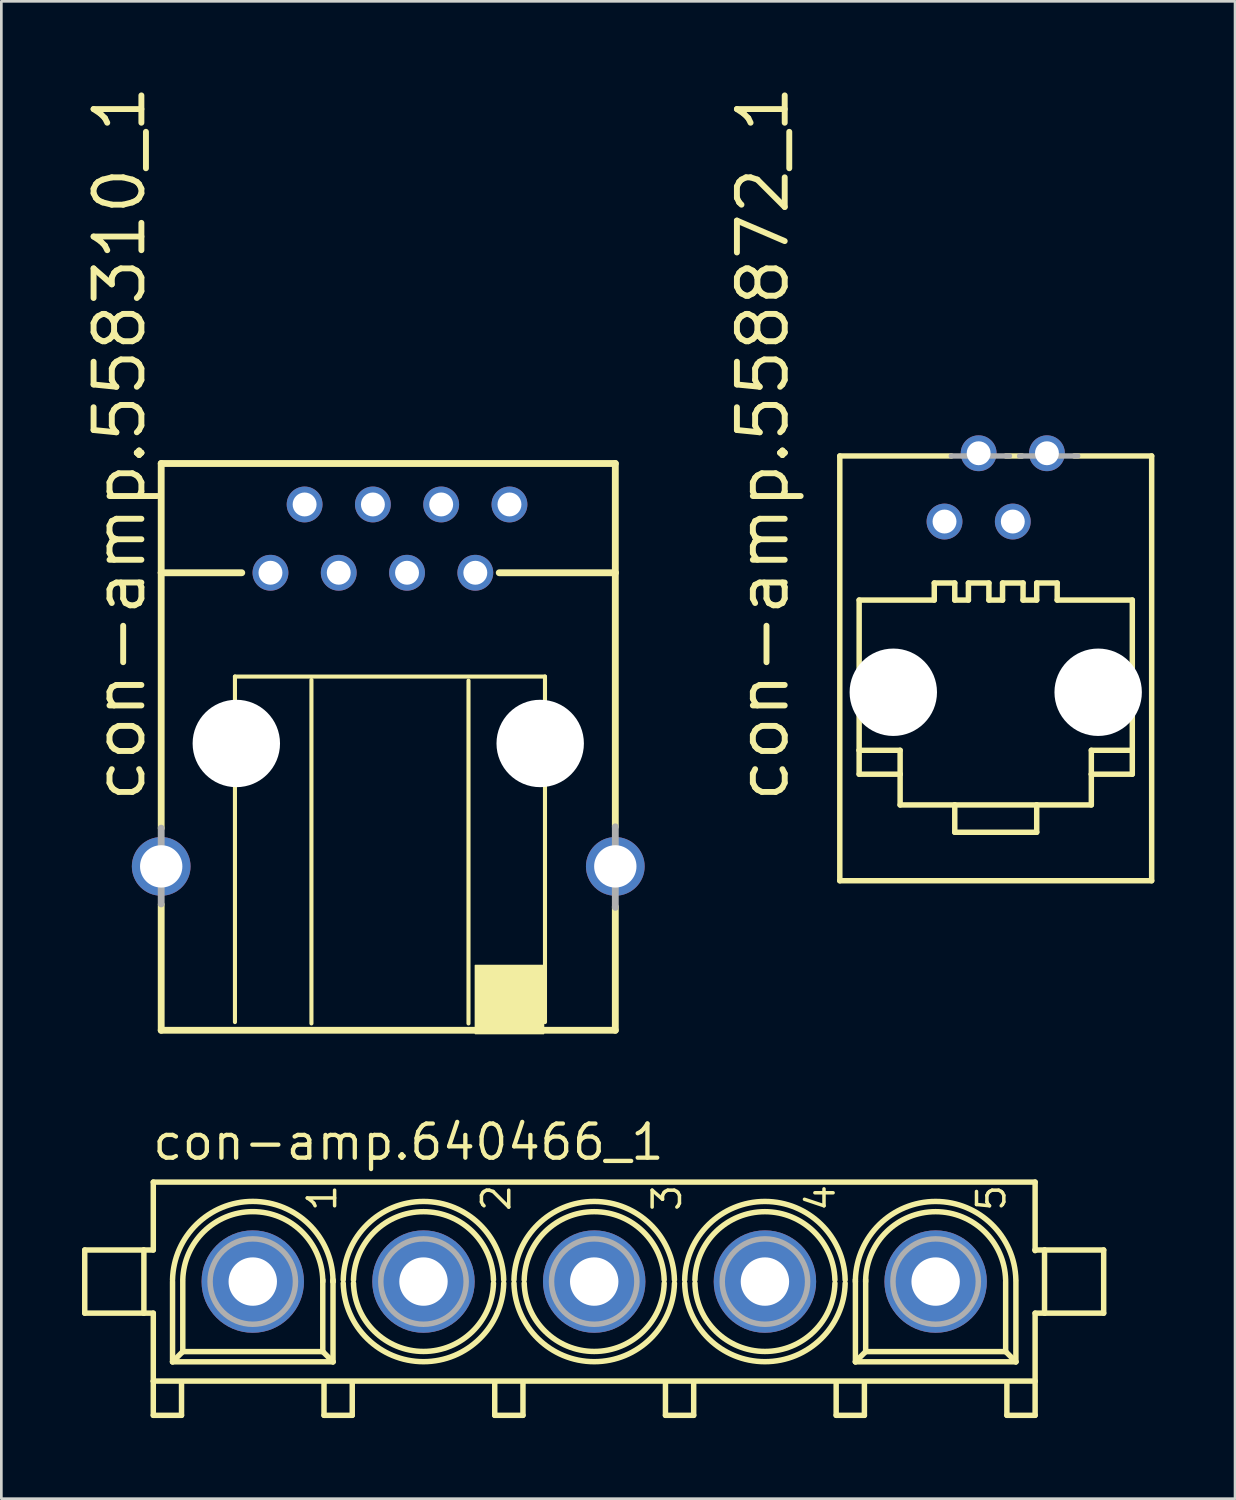
<source format=kicad_pcb>
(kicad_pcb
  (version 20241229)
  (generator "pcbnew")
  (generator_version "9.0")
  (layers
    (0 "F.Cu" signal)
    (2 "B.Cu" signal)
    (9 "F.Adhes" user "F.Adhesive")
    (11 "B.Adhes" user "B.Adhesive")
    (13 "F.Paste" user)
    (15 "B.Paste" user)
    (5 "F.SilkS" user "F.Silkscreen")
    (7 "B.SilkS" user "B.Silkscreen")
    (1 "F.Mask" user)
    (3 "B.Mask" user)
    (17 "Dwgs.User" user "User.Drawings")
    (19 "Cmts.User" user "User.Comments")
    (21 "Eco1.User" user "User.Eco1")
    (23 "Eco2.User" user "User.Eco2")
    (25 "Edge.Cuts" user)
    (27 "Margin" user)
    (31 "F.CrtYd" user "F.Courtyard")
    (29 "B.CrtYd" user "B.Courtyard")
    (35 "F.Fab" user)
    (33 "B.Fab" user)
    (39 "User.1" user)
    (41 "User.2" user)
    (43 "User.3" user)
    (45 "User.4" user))
  (footprint "con-amp.558310_1"
    (layer "F.Cu")
    (at 11.455 24.604)
    (property "Reference" "con-amp.558310_1" (at -9.017 2.286 90) (layer "F.SilkS") (effects (font (size 1.778 1.778) (thickness 0.22)) (justify left bottom)))
    (attr through_hole)
    (fp_line (start -8.509 -10.414) (end -8.509 -6.35) (stroke (width 0.254) (type default)) (layer "F.SilkS"))
    (fp_line (start -8.509 -6.35) (end -8.509 3.15) (stroke (width 0.254) (type default)) (layer "F.SilkS"))
    (fp_line (start -8.509 5.994) (end -8.509 10.668) (stroke (width 0.254) (type default)) (layer "F.SilkS"))
    (fp_line (start -8.509 10.668) (end 8.382 10.668) (stroke (width 0.254) (type default)) (layer "F.SilkS"))
    (fp_line (start -5.766 -2.489) (end -5.766 10.363) (stroke (width 0.152) (type default)) (layer "F.SilkS"))
    (fp_line (start -5.512 -6.35) (end -8.509 -6.35) (stroke (width 0.254) (type default)) (layer "F.SilkS"))
    (fp_line (start -2.921 10.414) (end -2.921 -2.362) (stroke (width 0.152) (type default)) (layer "F.SilkS"))
    (fp_line (start 2.921 -2.337) (end 2.921 10.414) (stroke (width 0.152) (type default)) (layer "F.SilkS"))
    (fp_line (start 4.064 -6.35) (end 8.382 -6.35) (stroke (width 0.254) (type default)) (layer "F.SilkS"))
    (fp_line (start 5.766 -2.489) (end -5.766 -2.489) (stroke (width 0.152) (type default)) (layer "F.SilkS"))
    (fp_line (start 5.766 10.363) (end 5.766 -2.489) (stroke (width 0.152) (type default)) (layer "F.SilkS"))
    (fp_line (start 8.382 -10.414) (end -8.509 -10.414) (stroke (width 0.254) (type default)) (layer "F.SilkS"))
    (fp_line (start 8.382 -6.35) (end 8.382 -10.414) (stroke (width 0.254) (type default)) (layer "F.SilkS"))
    (fp_line (start 8.382 3.099) (end 8.382 -6.35) (stroke (width 0.254) (type default)) (layer "F.SilkS"))
    (fp_line (start 8.382 10.668) (end 8.382 6.071) (stroke (width 0.254) (type default)) (layer "F.SilkS"))
    (fp_rect (start 3.175 10.795) (end 5.715 8.255) (stroke (width 0.05) (type default)) (fill yes) (layer "F.SilkS"))
    (fp_line (start -8.509 3.15) (end -8.509 5.969) (stroke (width 0.254) (type default)) (layer "F.Fab"))
    (fp_line (start 8.382 6.096) (end 8.382 3.099) (stroke (width 0.254) (type default)) (layer "F.Fab"))
    (pad "" np_thru_hole circle (at -5.715 0) (size 3.251 3.251) (drill 3.251) (layers "*.Cu" "*.Mask"))
    (pad "" np_thru_hole circle (at 5.588 0) (size 3.251 3.251) (drill 3.251) (layers "*.Cu" "*.Mask"))
    (pad "1" thru_hole circle (at -4.445 -6.35) (size 1.333 1.333) (drill 0.889) (layers "*.Cu" "*.Mask"))
    (pad "2" thru_hole circle (at -3.175 -8.89) (size 1.333 1.333) (drill 0.889) (layers "*.Cu" "*.Mask"))
    (pad "3" thru_hole circle (at -1.905 -6.35) (size 1.333 1.333) (drill 0.889) (layers "*.Cu" "*.Mask"))
    (pad "4" thru_hole circle (at -0.635 -8.89) (size 1.333 1.333) (drill 0.889) (layers "*.Cu" "*.Mask"))
    (pad "5" thru_hole circle (at 0.635 -6.35) (size 1.333 1.333) (drill 0.889) (layers "*.Cu" "*.Mask"))
    (pad "6" thru_hole circle (at 1.905 -8.89) (size 1.333 1.333) (drill 0.889) (layers "*.Cu" "*.Mask"))
    (pad "7" thru_hole circle (at 3.175 -6.35) (size 1.333 1.333) (drill 0.889) (layers "*.Cu" "*.Mask"))
    (pad "8" thru_hole circle (at 4.445 -8.89) (size 1.333 1.333) (drill 0.889) (layers "*.Cu" "*.Mask"))
    (pad "G1" thru_hole circle (at -8.509 4.572) (size 2.184 2.184) (drill 1.575) (layers "*.Cu" "*.Mask"))
    (pad "G2" thru_hole circle (at 8.382 4.572) (size 2.184 2.184) (drill 1.575) (layers "*.Cu" "*.Mask")))
  (footprint "con-amp.640466_1"
    (layer "F.Cu")
    (at 19.052 44.619)
    (property "Reference" "con-amp.640466_1" (at -16.51 -4.445 0) (layer "F.SilkS") (effects (font (size 1.27 1.27) (thickness 0.16)) (justify left bottom)))
    (attr through_hole)
    (fp_line (start -18.95 -1.175) (end -18.95 1.175) (stroke (width 0.203) (type default)) (layer "F.SilkS"))
    (fp_line (start -18.95 1.175) (end -16.775 1.175) (stroke (width 0.203) (type default)) (layer "F.SilkS"))
    (fp_line (start -16.775 -1.175) (end -18.95 -1.175) (stroke (width 0.203) (type default)) (layer "F.SilkS"))
    (fp_line (start -16.75 -1.175) (end -16.4 -1.175) (stroke (width 0.203) (type default)) (layer "F.SilkS"))
    (fp_line (start -16.75 1.175) (end -16.75 -1.175) (stroke (width 0.203) (type default)) (layer "F.SilkS"))
    (fp_line (start -16.4 -3.7) (end 16.4 -3.7) (stroke (width 0.203) (type default)) (layer "F.SilkS"))
    (fp_line (start -16.4 -1.175) (end -16.4 -3.7) (stroke (width 0.203) (type default)) (layer "F.SilkS"))
    (fp_line (start -16.4 1.175) (end -16.75 1.175) (stroke (width 0.203) (type default)) (layer "F.SilkS"))
    (fp_line (start -16.4 3.7) (end -16.4 1.175) (stroke (width 0.203) (type default)) (layer "F.SilkS"))
    (fp_line (start -16.4 3.725) (end -16.4 4.975) (stroke (width 0.203) (type default)) (layer "F.SilkS"))
    (fp_line (start -16.4 4.975) (end -15.35 4.975) (stroke (width 0.203) (type default)) (layer "F.SilkS"))
    (fp_line (start -15.684 2.985) (end -15.684 0) (stroke (width 0.203) (type default)) (layer "F.SilkS"))
    (fp_line (start -15.35 4.975) (end -15.35 3.8) (stroke (width 0.203) (type default)) (layer "F.SilkS"))
    (fp_line (start -15.303 2.604) (end -15.684 2.985) (stroke (width 0.203) (type default)) (layer "F.SilkS"))
    (fp_line (start -15.303 2.604) (end -15.303 0) (stroke (width 0.203) (type default)) (layer "F.SilkS"))
    (fp_line (start -10.097 -0.064) (end -10.097 0) (stroke (width 0.203) (type default)) (layer "F.SilkS"))
    (fp_line (start -10.096 0) (end -10.096 2.604) (stroke (width 0.203) (type default)) (layer "F.SilkS"))
    (fp_line (start -10.096 2.604) (end -15.303 2.604) (stroke (width 0.203) (type default)) (layer "F.SilkS"))
    (fp_line (start -10.096 2.604) (end -9.715 2.985) (stroke (width 0.203) (type default)) (layer "F.SilkS"))
    (fp_line (start -10.05 4.975) (end -10.05 3.775) (stroke (width 0.203) (type default)) (layer "F.SilkS"))
    (fp_line (start -9.716 -0.064) (end -9.716 0) (stroke (width 0.203) (type default)) (layer "F.SilkS"))
    (fp_line (start -9.715 0) (end -9.716 0) (stroke (width 0.203) (type default)) (layer "F.SilkS"))
    (fp_line (start -9.715 0) (end -9.715 2.985) (stroke (width 0.203) (type default)) (layer "F.SilkS"))
    (fp_line (start -9.715 2.985) (end -15.684 2.985) (stroke (width 0.203) (type default)) (layer "F.SilkS"))
    (fp_line (start -9 3.775) (end -9 4.975) (stroke (width 0.203) (type default)) (layer "F.SilkS"))
    (fp_line (start -9 4.975) (end -10.05 4.975) (stroke (width 0.203) (type default)) (layer "F.SilkS"))
    (fp_line (start -3.7 4.975) (end -3.7 3.775) (stroke (width 0.203) (type default)) (layer "F.SilkS"))
    (fp_line (start -2.65 3.775) (end -2.65 4.975) (stroke (width 0.203) (type default)) (layer "F.SilkS"))
    (fp_line (start -2.65 4.975) (end -3.7 4.975) (stroke (width 0.203) (type default)) (layer "F.SilkS"))
    (fp_line (start 2.65 4.975) (end 2.65 3.775) (stroke (width 0.203) (type default)) (layer "F.SilkS"))
    (fp_line (start 3.7 3.775) (end 3.7 4.975) (stroke (width 0.203) (type default)) (layer "F.SilkS"))
    (fp_line (start 3.7 4.975) (end 2.65 4.975) (stroke (width 0.203) (type default)) (layer "F.SilkS"))
    (fp_line (start 9 4.975) (end 9 3.775) (stroke (width 0.203) (type default)) (layer "F.SilkS"))
    (fp_line (start 9.715 0) (end 9.715 -0.064) (stroke (width 0.203) (type default)) (layer "F.SilkS"))
    (fp_line (start 9.716 2.985) (end 9.716 0) (stroke (width 0.203) (type default)) (layer "F.SilkS"))
    (fp_line (start 10.05 3.775) (end 10.05 4.975) (stroke (width 0.203) (type default)) (layer "F.SilkS"))
    (fp_line (start 10.05 4.975) (end 9 4.975) (stroke (width 0.203) (type default)) (layer "F.SilkS"))
    (fp_line (start 10.096 0) (end 10.096 -0.064) (stroke (width 0.203) (type default)) (layer "F.SilkS"))
    (fp_line (start 10.097 2.604) (end 9.716 2.985) (stroke (width 0.203) (type default)) (layer "F.SilkS"))
    (fp_line (start 10.097 2.604) (end 10.097 0) (stroke (width 0.203) (type default)) (layer "F.SilkS"))
    (fp_line (start 15.304 0) (end 15.304 2.604) (stroke (width 0.203) (type default)) (layer "F.SilkS"))
    (fp_line (start 15.304 2.604) (end 10.097 2.604) (stroke (width 0.203) (type default)) (layer "F.SilkS"))
    (fp_line (start 15.304 2.604) (end 15.685 2.985) (stroke (width 0.203) (type default)) (layer "F.SilkS"))
    (fp_line (start 15.35 4.975) (end 15.35 3.825) (stroke (width 0.203) (type default)) (layer "F.SilkS"))
    (fp_line (start 15.685 0) (end 15.685 2.985) (stroke (width 0.203) (type default)) (layer "F.SilkS"))
    (fp_line (start 15.685 2.985) (end 9.716 2.985) (stroke (width 0.203) (type default)) (layer "F.SilkS"))
    (fp_line (start 16.4 -3.7) (end 16.4 -1.175) (stroke (width 0.203) (type default)) (layer "F.SilkS"))
    (fp_line (start 16.4 -1.175) (end 16.4 -1.15) (stroke (width 0.203) (type default)) (layer "F.SilkS"))
    (fp_line (start 16.4 -1.175) (end 16.75 -1.175) (stroke (width 0.203) (type default)) (layer "F.SilkS"))
    (fp_line (start 16.4 1.175) (end 16.4 3.7) (stroke (width 0.203) (type default)) (layer "F.SilkS"))
    (fp_line (start 16.4 3.7) (end -16.4 3.7) (stroke (width 0.203) (type default)) (layer "F.SilkS"))
    (fp_line (start 16.4 3.75) (end 16.4 4.975) (stroke (width 0.203) (type default)) (layer "F.SilkS"))
    (fp_line (start 16.4 4.975) (end 15.35 4.975) (stroke (width 0.203) (type default)) (layer "F.SilkS"))
    (fp_line (start 16.75 -1.175) (end 16.75 1.175) (stroke (width 0.203) (type default)) (layer "F.SilkS"))
    (fp_line (start 16.75 1.175) (end 16.4 1.175) (stroke (width 0.203) (type default)) (layer "F.SilkS"))
    (fp_line (start 16.775 -1.175) (end 18.95 -1.175) (stroke (width 0.203) (type default)) (layer "F.SilkS"))
    (fp_line (start 18.95 -1.175) (end 18.95 1.175) (stroke (width 0.203) (type default)) (layer "F.SilkS"))
    (fp_line (start 18.95 1.175) (end 16.775 1.175) (stroke (width 0.203) (type default)) (layer "F.SilkS"))
    (fp_arc (start -15.6846 -0.0636) (mid -12.70015 -2.979945) (end -9.7157 -0.0636) (stroke (width 0.2032) (type default)) (layer "F.SilkS"))
    (fp_arc (start -15.3036 -0.0636) (mid -12.70015 -2.601886) (end -10.0967 -0.0636) (stroke (width 0.2032) (type default)) (layer "F.SilkS"))
    (fp_arc (start -9.3347 -0.0636) (mid -6.3502 -2.980093) (end -3.3657 -0.0636) (stroke (width 0.2032) (type default)) (layer "F.SilkS"))
    (fp_arc (start -8.9537 -0.0636) (mid -6.3502 -2.600085) (end -3.7467 -0.0636) (stroke (width 0.2032) (type default)) (layer "F.SilkS"))
    (fp_arc (start -3.7463 0.0636) (mid -6.3498 2.600085) (end -8.9533 0.0636) (stroke (width 0.2032) (type default)) (layer "F.SilkS"))
    (fp_arc (start -3.3653 0.0636) (mid -6.3498 2.980093) (end -9.3343 0.0636) (stroke (width 0.2032) (type default)) (layer "F.SilkS"))
    (fp_arc (start -2.9847 -0.0636) (mid -0.0002 -2.980093) (end 2.9843 -0.0636) (stroke (width 0.2032) (type default)) (layer "F.SilkS"))
    (fp_arc (start -2.6037 -0.0636) (mid -0.0002 -2.600085) (end 2.6033 -0.0636) (stroke (width 0.2032) (type default)) (layer "F.SilkS"))
    (fp_arc (start 2.6037 0.0636) (mid 0.0002 2.600085) (end -2.6033 0.0636) (stroke (width 0.2032) (type default)) (layer "F.SilkS"))
    (fp_arc (start 2.9847 0.0636) (mid 0.0002 2.980093) (end -2.9843 0.0636) (stroke (width 0.2032) (type default)) (layer "F.SilkS"))
    (fp_arc (start 3.3653 -0.0636) (mid 6.3498 -2.980093) (end 9.3343 -0.0636) (stroke (width 0.2032) (type default)) (layer "F.SilkS"))
    (fp_arc (start 3.7463 -0.0636) (mid 6.3498 -2.600085) (end 8.9533 -0.0636) (stroke (width 0.2032) (type default)) (layer "F.SilkS"))
    (fp_arc (start 8.9537 0.0636) (mid 6.3502 2.600085) (end 3.7467 0.0636) (stroke (width 0.2032) (type default)) (layer "F.SilkS"))
    (fp_arc (start 9.3347 0.0636) (mid 6.3502 2.980093) (end 3.3657 0.0636) (stroke (width 0.2032) (type default)) (layer "F.SilkS"))
    (fp_arc (start 9.7153 -0.0636) (mid 12.6998 -2.980093) (end 15.6843 -0.0636) (stroke (width 0.2032) (type default)) (layer "F.SilkS"))
    (fp_arc (start 10.0963 -0.0636) (mid 12.6998 -2.600085) (end 15.3033 -0.0636) (stroke (width 0.2032) (type default)) (layer "F.SilkS"))
    (fp_circle (center -12.7 0) (end -11.112 0) (stroke (width 0.203) (type default)) (fill no) (layer "F.Fab"))
    (fp_circle (center -6.35 0) (end -4.762 0) (stroke (width 0.203) (type default)) (fill no) (layer "F.Fab"))
    (fp_circle (center 0 0) (end 1.588 0) (stroke (width 0.203) (type default)) (fill no) (layer "F.Fab"))
    (fp_circle (center 6.35 0) (end 7.938 0) (stroke (width 0.203) (type default)) (fill no) (layer "F.Fab"))
    (fp_circle (center 12.7 0) (end 14.288 0) (stroke (width 0.203) (type default)) (fill no) (layer "F.Fab"))
    (fp_text user "2" (at -3.048 -2.54 90) (layer "F.SilkS") (effects (font (size 1.016 1.016) (thickness 0.13)) (justify left bottom)))
    (fp_text user "3" (at 3.302 -2.54 90) (layer "F.SilkS") (effects (font (size 1.016 1.016) (thickness 0.13)) (justify left bottom)))
    (fp_text user "4" (at 9.017 -2.54 90) (layer "F.SilkS") (effects (font (size 1.016 1.016) (thickness 0.13)) (justify left bottom)))
    (fp_text user "1" (at -9.525 -2.54 90) (layer "F.SilkS") (effects (font (size 1.016 1.016) (thickness 0.13)) (justify left bottom)))
    (fp_text user "5" (at 15.367 -2.54 90) (layer "F.SilkS") (effects (font (size 1.016 1.016) (thickness 0.13)) (justify left bottom)))
    (pad "1" thru_hole circle (at -12.7 0) (size 3.81 3.81) (drill 1.8) (layers "*.Cu" "*.Mask"))
    (pad "2" thru_hole circle (at -6.35 0) (size 3.81 3.81) (drill 1.8) (layers "*.Cu" "*.Mask"))
    (pad "3" thru_hole circle (at 0 0) (size 3.81 3.81) (drill 1.8) (layers "*.Cu" "*.Mask"))
    (pad "4" thru_hole circle (at 6.35 0) (size 3.81 3.81) (drill 1.8) (layers "*.Cu" "*.Mask"))
    (pad "5" thru_hole circle (at 12.7 0) (size 3.81 3.81) (drill 1.8) (layers "*.Cu" "*.Mask")))
  (footprint "con-amp.558872_1"
    (layer "F.Cu")
    (at 33.987 21.81)
    (property "Reference" "con-amp.558872_1" (at -7.62 5.08 90) (layer "F.SilkS") (effects (font (size 1.778 1.778) (thickness 0.22)) (justify left bottom)))
    (attr through_hole)
    (fp_line (start -5.8 -7.9) (end -5.8 7.9) (stroke (width 0.203) (type default)) (layer "F.SilkS"))
    (fp_line (start -5.8 7.9) (end 5.8 7.9) (stroke (width 0.203) (type default)) (layer "F.SilkS"))
    (fp_line (start -5.08 -2.54) (end -5.08 3.048) (stroke (width 0.203) (type default)) (layer "F.SilkS"))
    (fp_line (start -5.08 3.048) (end -5.08 3.937) (stroke (width 0.203) (type default)) (layer "F.SilkS"))
    (fp_line (start -5.08 3.048) (end -3.556 3.048) (stroke (width 0.203) (type default)) (layer "F.SilkS"))
    (fp_line (start -5.08 3.937) (end -3.556 3.937) (stroke (width 0.203) (type default)) (layer "F.SilkS"))
    (fp_line (start -3.556 3.048) (end -3.556 3.937) (stroke (width 0.203) (type default)) (layer "F.SilkS"))
    (fp_line (start -3.556 3.937) (end -3.556 5.08) (stroke (width 0.203) (type default)) (layer "F.SilkS"))
    (fp_line (start -3.556 5.08) (end -1.524 5.08) (stroke (width 0.203) (type default)) (layer "F.SilkS"))
    (fp_line (start -2.286 -3.175) (end -2.286 -2.54) (stroke (width 0.203) (type default)) (layer "F.SilkS"))
    (fp_line (start -2.286 -3.175) (end -1.524 -3.175) (stroke (width 0.203) (type default)) (layer "F.SilkS"))
    (fp_line (start -2.286 -2.54) (end -5.08 -2.54) (stroke (width 0.203) (type default)) (layer "F.SilkS"))
    (fp_line (start -1.651 -7.9) (end -5.8 -7.9) (stroke (width 0.203) (type default)) (layer "F.SilkS"))
    (fp_line (start -1.524 -3.175) (end -1.524 -2.54) (stroke (width 0.203) (type default)) (layer "F.SilkS"))
    (fp_line (start -1.524 5.08) (end -1.524 6.096) (stroke (width 0.203) (type default)) (layer "F.SilkS"))
    (fp_line (start -1.524 5.08) (end 1.524 5.08) (stroke (width 0.203) (type default)) (layer "F.SilkS"))
    (fp_line (start -1.524 6.096) (end 1.524 6.096) (stroke (width 0.203) (type default)) (layer "F.SilkS"))
    (fp_line (start -1.016 -3.175) (end -1.016 -2.54) (stroke (width 0.203) (type default)) (layer "F.SilkS"))
    (fp_line (start -1.016 -3.175) (end -0.254 -3.175) (stroke (width 0.203) (type default)) (layer "F.SilkS"))
    (fp_line (start -1.016 -2.54) (end -1.524 -2.54) (stroke (width 0.203) (type default)) (layer "F.SilkS"))
    (fp_line (start -0.254 -3.175) (end -0.254 -2.54) (stroke (width 0.203) (type default)) (layer "F.SilkS"))
    (fp_line (start 0.254 -3.175) (end 0.254 -2.54) (stroke (width 0.203) (type default)) (layer "F.SilkS"))
    (fp_line (start 0.254 -3.175) (end 1.016 -3.175) (stroke (width 0.203) (type default)) (layer "F.SilkS"))
    (fp_line (start 0.254 -2.54) (end -0.254 -2.54) (stroke (width 0.203) (type default)) (layer "F.SilkS"))
    (fp_line (start 0.974 -7.9) (end 0.381 -7.9) (stroke (width 0.203) (type default)) (layer "F.SilkS"))
    (fp_line (start 1.016 -3.175) (end 1.016 -2.54) (stroke (width 0.203) (type default)) (layer "F.SilkS"))
    (fp_line (start 1.524 -3.175) (end 1.524 -2.54) (stroke (width 0.203) (type default)) (layer "F.SilkS"))
    (fp_line (start 1.524 -3.175) (end 2.286 -3.175) (stroke (width 0.203) (type default)) (layer "F.SilkS"))
    (fp_line (start 1.524 -2.54) (end 1.016 -2.54) (stroke (width 0.203) (type default)) (layer "F.SilkS"))
    (fp_line (start 1.524 5.08) (end 3.556 5.08) (stroke (width 0.203) (type default)) (layer "F.SilkS"))
    (fp_line (start 1.524 6.096) (end 1.524 5.08) (stroke (width 0.203) (type default)) (layer "F.SilkS"))
    (fp_line (start 2.286 -3.175) (end 2.286 -2.54) (stroke (width 0.203) (type default)) (layer "F.SilkS"))
    (fp_line (start 3.556 3.048) (end 3.556 3.937) (stroke (width 0.203) (type default)) (layer "F.SilkS"))
    (fp_line (start 3.556 3.937) (end 3.556 5.08) (stroke (width 0.203) (type default)) (layer "F.SilkS"))
    (fp_line (start 5.08 -2.54) (end 2.286 -2.54) (stroke (width 0.203) (type default)) (layer "F.SilkS"))
    (fp_line (start 5.08 3.048) (end 3.556 3.048) (stroke (width 0.203) (type default)) (layer "F.SilkS"))
    (fp_line (start 5.08 3.048) (end 5.08 -2.54) (stroke (width 0.203) (type default)) (layer "F.SilkS"))
    (fp_line (start 5.08 3.937) (end 3.556 3.937) (stroke (width 0.203) (type default)) (layer "F.SilkS"))
    (fp_line (start 5.08 3.937) (end 5.08 3.048) (stroke (width 0.203) (type default)) (layer "F.SilkS"))
    (fp_line (start 5.8 -7.9) (end 2.921 -7.9) (stroke (width 0.203) (type default)) (layer "F.SilkS"))
    (fp_line (start 5.8 7.9) (end 5.8 -7.9) (stroke (width 0.203) (type default)) (layer "F.SilkS"))
    (fp_line (start 0.508 -7.9) (end -1.651 -7.9) (stroke (width 0.203) (type default)) (layer "F.Fab"))
    (fp_line (start 3.048 -7.9) (end 0.889 -7.9) (stroke (width 0.203) (type default)) (layer "F.Fab"))
    (pad "" np_thru_hole circle (at -3.81 0.889) (size 3.251 3.251) (drill 3.251) (layers "*.Cu" "*.Mask"))
    (pad "" np_thru_hole circle (at 3.81 0.889) (size 3.251 3.251) (drill 3.251) (layers "*.Cu" "*.Mask"))
    (pad "1" thru_hole circle (at -1.905 -5.461) (size 1.333 1.333) (drill 0.889) (layers "*.Cu" "*.Mask"))
    (pad "2" thru_hole circle (at -0.635 -8.001) (size 1.333 1.333) (drill 0.889) (layers "*.Cu" "*.Mask"))
    (pad "3" thru_hole circle (at 0.635 -5.461) (size 1.333 1.333) (drill 0.889) (layers "*.Cu" "*.Mask"))
    (pad "4" thru_hole circle (at 1.905 -8.001) (size 1.333 1.333) (drill 0.889) (layers "*.Cu" "*.Mask")))
  (gr_rect
    (start -3 -3)
    (end 42.889 52.695)
    (stroke (width 0.1) (type default))
    (fill no)
    (layer "Edge.Cuts")))
</source>
